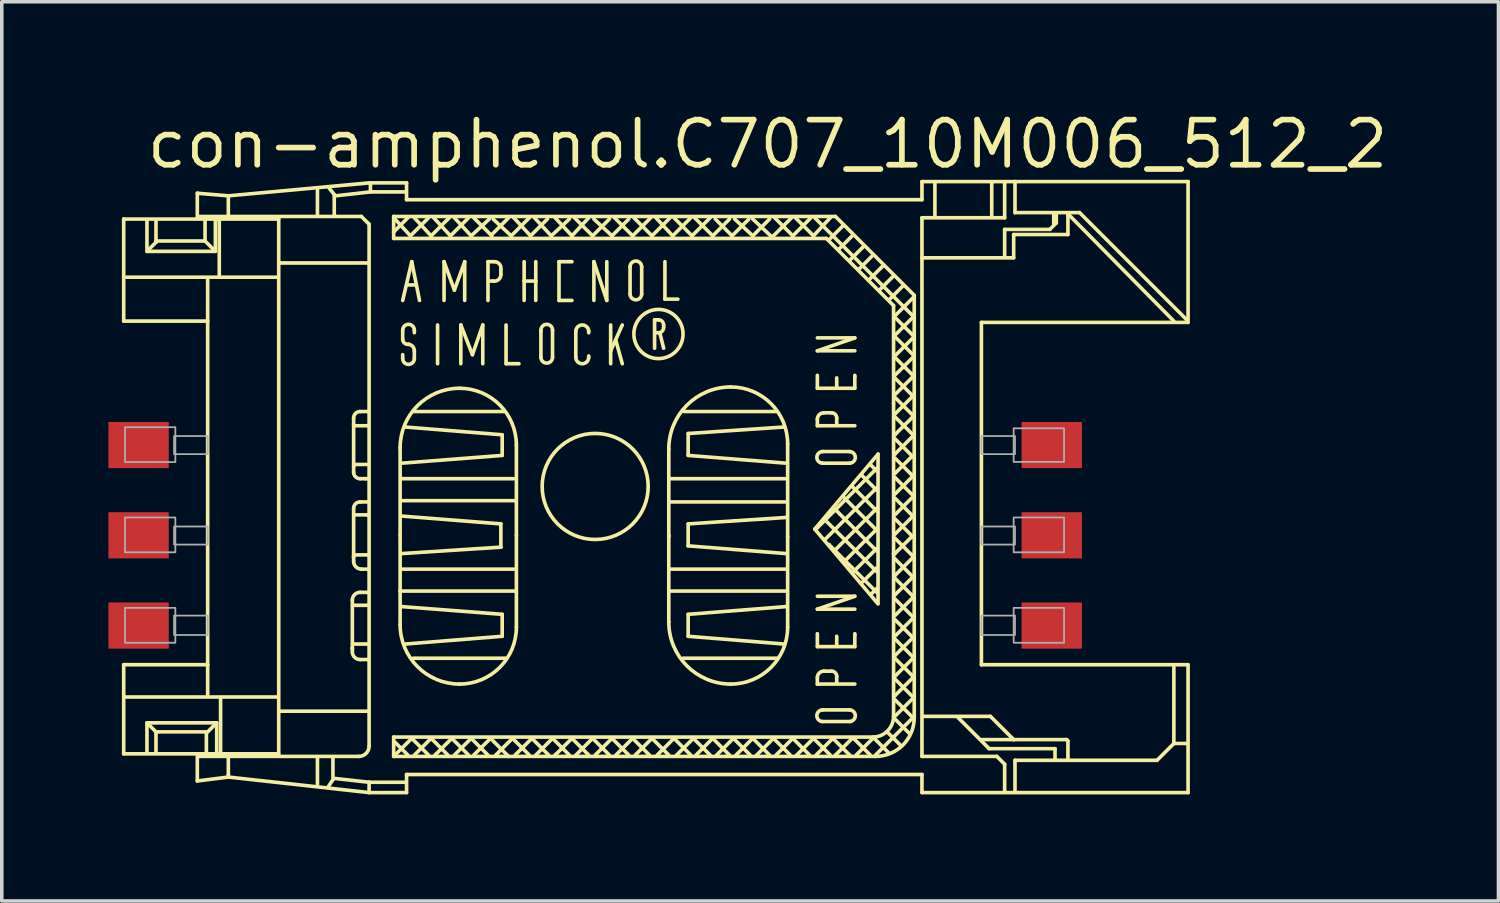
<source format=kicad_pcb>
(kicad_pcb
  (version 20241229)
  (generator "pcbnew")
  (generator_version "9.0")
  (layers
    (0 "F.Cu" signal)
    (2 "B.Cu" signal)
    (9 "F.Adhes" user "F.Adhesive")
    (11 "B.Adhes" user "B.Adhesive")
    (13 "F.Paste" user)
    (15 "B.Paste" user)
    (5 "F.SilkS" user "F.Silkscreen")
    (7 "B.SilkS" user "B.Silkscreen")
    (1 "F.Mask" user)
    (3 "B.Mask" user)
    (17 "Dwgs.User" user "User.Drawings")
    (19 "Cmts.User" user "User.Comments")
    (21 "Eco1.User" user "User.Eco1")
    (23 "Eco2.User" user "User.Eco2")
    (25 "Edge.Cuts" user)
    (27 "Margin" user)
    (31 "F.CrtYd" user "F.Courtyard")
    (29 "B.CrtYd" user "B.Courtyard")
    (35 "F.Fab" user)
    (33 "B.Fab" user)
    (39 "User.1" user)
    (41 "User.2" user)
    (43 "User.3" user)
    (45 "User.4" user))
  (footprint "con-amphenol.C707_10M006_512_2"
    (layer "F.Cu")
    (at 13.7 10.64)
    (property "Reference" "con-amphenol.C707_10M006_512_2" (at -12.7 -8.89 0) (layer "F.SilkS") (effects (font (size 1.27 1.27) (thickness 0.16)) (justify left bottom)))
    (attr smd)
    (fp_line (start -13.269 -7.525) (end -13.269 -4.653) (stroke (width 0.102) (type default)) (layer "F.SilkS"))
    (fp_line (start -13.269 -4.653) (end -10.906 -4.653) (stroke (width 0.102) (type default)) (layer "F.SilkS"))
    (fp_line (start -13.269 5.017) (end -13.269 7.525) (stroke (width 0.102) (type default)) (layer "F.SilkS"))
    (fp_line (start -13.269 7.525) (end -8.906 7.525) (stroke (width 0.102) (type default)) (layer "F.SilkS"))
    (fp_line (start -13.232 5.926) (end -8.943 5.926) (stroke (width 0.102) (type default)) (layer "F.SilkS"))
    (fp_line (start -13.196 -5.889) (end -8.943 -5.889) (stroke (width 0.102) (type default)) (layer "F.SilkS"))
    (fp_line (start -12.614 -7.489) (end -12.614 -6.616) (stroke (width 0.102) (type default)) (layer "F.SilkS"))
    (fp_line (start -12.614 -6.616) (end -10.688 -6.616) (stroke (width 0.102) (type default)) (layer "F.SilkS"))
    (fp_line (start -12.614 6.653) (end -12.614 7.489) (stroke (width 0.102) (type default)) (layer "F.SilkS"))
    (fp_line (start -12.36 -7.489) (end -12.36 -6.907) (stroke (width 0.102) (type default)) (layer "F.SilkS"))
    (fp_line (start -12.36 -6.907) (end -12.36 -6.871) (stroke (width 0.102) (type default)) (layer "F.SilkS"))
    (fp_line (start -12.36 -6.907) (end -11.015 -6.907) (stroke (width 0.102) (type default)) (layer "F.SilkS"))
    (fp_line (start -12.36 -6.871) (end -12.578 -6.653) (stroke (width 0.102) (type default)) (layer "F.SilkS"))
    (fp_line (start -12.36 6.907) (end -12.578 6.689) (stroke (width 0.102) (type default)) (layer "F.SilkS"))
    (fp_line (start -12.36 7.489) (end -12.36 6.907) (stroke (width 0.102) (type default)) (layer "F.SilkS"))
    (fp_line (start -12.324 6.907) (end -10.942 6.907) (stroke (width 0.102) (type default)) (layer "F.SilkS"))
    (fp_line (start -11.197 -8.252) (end -11.197 -7.561) (stroke (width 0.102) (type default)) (layer "F.SilkS"))
    (fp_line (start -11.197 7.598) (end -11.197 8.289) (stroke (width 0.102) (type default)) (layer "F.SilkS"))
    (fp_line (start -11.197 8.289) (end -10.324 8.179) (stroke (width 0.102) (type default)) (layer "F.SilkS"))
    (fp_line (start -11.16 -7.598) (end -6.58 -7.598) (stroke (width 0.102) (type default)) (layer "F.SilkS"))
    (fp_line (start -10.979 -7.489) (end -10.979 -6.907) (stroke (width 0.102) (type default)) (layer "F.SilkS"))
    (fp_line (start -10.979 -6.907) (end -10.724 -6.653) (stroke (width 0.102) (type default)) (layer "F.SilkS"))
    (fp_line (start -10.942 6.944) (end -10.688 6.689) (stroke (width 0.102) (type default)) (layer "F.SilkS"))
    (fp_line (start -10.942 7.489) (end -10.942 6.944) (stroke (width 0.102) (type default)) (layer "F.SilkS"))
    (fp_line (start -10.906 -4.689) (end -10.906 -5.816) (stroke (width 0.102) (type default)) (layer "F.SilkS"))
    (fp_line (start -10.906 -4.653) (end -10.906 5.017) (stroke (width 0.102) (type default)) (layer "F.SilkS"))
    (fp_line (start -10.906 5.017) (end -13.269 5.017) (stroke (width 0.102) (type default)) (layer "F.SilkS"))
    (fp_line (start -10.906 5.017) (end -10.906 5.889) (stroke (width 0.102) (type default)) (layer "F.SilkS"))
    (fp_line (start -10.688 -6.616) (end -10.688 -7.489) (stroke (width 0.102) (type default)) (layer "F.SilkS"))
    (fp_line (start -10.651 6.653) (end -12.614 6.653) (stroke (width 0.102) (type default)) (layer "F.SilkS"))
    (fp_line (start -10.651 7.489) (end -10.651 6.653) (stroke (width 0.102) (type default)) (layer "F.SilkS"))
    (fp_line (start -10.579 -5.926) (end -10.579 -7.489) (stroke (width 0.102) (type default)) (layer "F.SilkS"))
    (fp_line (start -10.542 7.489) (end -10.542 5.962) (stroke (width 0.102) (type default)) (layer "F.SilkS"))
    (fp_line (start -10.324 -8.179) (end -11.197 -8.252) (stroke (width 0.102) (type default)) (layer "F.SilkS"))
    (fp_line (start -10.324 -7.561) (end -10.324 -8.143) (stroke (width 0.102) (type default)) (layer "F.SilkS"))
    (fp_line (start -10.324 7.634) (end -10.324 8.107) (stroke (width 0.102) (type default)) (layer "F.SilkS"))
    (fp_line (start -10.324 8.107) (end -10.324 8.143) (stroke (width 0.102) (type default)) (layer "F.SilkS"))
    (fp_line (start -10.324 8.179) (end -6.362 8.616) (stroke (width 0.102) (type default)) (layer "F.SilkS"))
    (fp_line (start -8.906 -7.525) (end -13.269 -7.525) (stroke (width 0.102) (type default)) (layer "F.SilkS"))
    (fp_line (start -8.906 7.525) (end -8.906 -7.525) (stroke (width 0.102) (type default)) (layer "F.SilkS"))
    (fp_line (start -8.87 -6.289) (end -6.398 -6.289) (stroke (width 0.102) (type default)) (layer "F.SilkS"))
    (fp_line (start -8.87 6.325) (end -6.398 6.325) (stroke (width 0.102) (type default)) (layer "F.SilkS"))
    (fp_line (start -7.816 -8.361) (end -7.816 -7.634) (stroke (width 0.102) (type default)) (layer "F.SilkS"))
    (fp_line (start -7.816 7.634) (end -7.816 8.398) (stroke (width 0.102) (type default)) (layer "F.SilkS"))
    (fp_line (start -7.38 7.634) (end -7.38 8.252) (stroke (width 0.102) (type default)) (layer "F.SilkS"))
    (fp_line (start -7.38 8.252) (end -7.525 8.47) (stroke (width 0.102) (type default)) (layer "F.SilkS"))
    (fp_line (start -7.343 -8.216) (end -7.489 -8.398) (stroke (width 0.102) (type default)) (layer "F.SilkS"))
    (fp_line (start -7.343 -7.634) (end -7.343 -8.216) (stroke (width 0.102) (type default)) (layer "F.SilkS"))
    (fp_line (start -7.343 8.216) (end -6.362 8.325) (stroke (width 0.102) (type default)) (layer "F.SilkS"))
    (fp_line (start -7.307 -8.179) (end -6.325 -8.289) (stroke (width 0.102) (type default)) (layer "F.SilkS"))
    (fp_line (start -6.834 3.199) (end -6.834 4.544) (stroke (width 0.102) (type default)) (layer "F.SilkS"))
    (fp_line (start -6.834 4.544) (end -6.834 4.58) (stroke (width 0.102) (type default)) (layer "F.SilkS"))
    (fp_line (start -6.834 4.653) (end -6.834 4.544) (stroke (width 0.102) (type default)) (layer "F.SilkS"))
    (fp_line (start -6.798 -1.927) (end -6.798 -1.745) (stroke (width 0.102) (type default)) (layer "F.SilkS"))
    (fp_line (start -6.798 -1.745) (end -6.798 -0.545) (stroke (width 0.102) (type default)) (layer "F.SilkS"))
    (fp_line (start -6.798 -0.4) (end -6.798 -0.545) (stroke (width 0.102) (type default)) (layer "F.SilkS"))
    (fp_line (start -6.798 0.618) (end -6.798 1.963) (stroke (width 0.102) (type default)) (layer "F.SilkS"))
    (fp_line (start -6.798 1.963) (end -6.798 1.999) (stroke (width 0.102) (type default)) (layer "F.SilkS"))
    (fp_line (start -6.798 2.108) (end -6.798 1.963) (stroke (width 0.102) (type default)) (layer "F.SilkS"))
    (fp_line (start -6.798 3.345) (end -6.398 3.345) (stroke (width 0.102) (type default)) (layer "F.SilkS"))
    (fp_line (start -6.798 4.435) (end -6.398 4.435) (stroke (width 0.102) (type default)) (layer "F.SilkS"))
    (fp_line (start -6.762 -1.709) (end -6.398 -1.709) (stroke (width 0.102) (type default)) (layer "F.SilkS"))
    (fp_line (start -6.762 -0.618) (end -6.434 -0.618) (stroke (width 0.102) (type default)) (layer "F.SilkS"))
    (fp_line (start -6.762 0.8) (end -6.434 0.8) (stroke (width 0.102) (type default)) (layer "F.SilkS"))
    (fp_line (start -6.762 1.927) (end -6.398 1.927) (stroke (width 0.102) (type default)) (layer "F.SilkS"))
    (fp_line (start -6.653 7.598) (end -11.16 7.598) (stroke (width 0.102) (type default)) (layer "F.SilkS"))
    (fp_line (start -6.58 -7.598) (end -6.362 -7.38) (stroke (width 0.102) (type default)) (layer "F.SilkS"))
    (fp_line (start -6.471 -0.218) (end -6.616 -0.218) (stroke (width 0.102) (type default)) (layer "F.SilkS"))
    (fp_line (start -6.434 0.8) (end -6.398 0.8) (stroke (width 0.102) (type default)) (layer "F.SilkS"))
    (fp_line (start -6.398 -2.108) (end -6.616 -2.108) (stroke (width 0.102) (type default)) (layer "F.SilkS"))
    (fp_line (start -6.398 -0.218) (end -6.471 -0.218) (stroke (width 0.102) (type default)) (layer "F.SilkS"))
    (fp_line (start -6.398 0.436) (end -6.616 0.436) (stroke (width 0.102) (type default)) (layer "F.SilkS"))
    (fp_line (start -6.398 2.327) (end -6.58 2.327) (stroke (width 0.102) (type default)) (layer "F.SilkS"))
    (fp_line (start -6.398 2.981) (end -6.616 2.981) (stroke (width 0.102) (type default)) (layer "F.SilkS"))
    (fp_line (start -6.398 4.871) (end -6.616 4.871) (stroke (width 0.102) (type default)) (layer "F.SilkS"))
    (fp_line (start -6.362 -8.543) (end -10.324 -8.179) (stroke (width 0.102) (type default)) (layer "F.SilkS"))
    (fp_line (start -6.362 -7.38) (end -6.362 7.307) (stroke (width 0.102) (type default)) (layer "F.SilkS"))
    (fp_line (start -6.362 8.325) (end -6.362 8.579) (stroke (width 0.102) (type default)) (layer "F.SilkS"))
    (fp_line (start -6.362 8.325) (end -5.344 8.325) (stroke (width 0.102) (type default)) (layer "F.SilkS"))
    (fp_line (start -6.362 8.616) (end -5.308 8.616) (stroke (width 0.102) (type default)) (layer "F.SilkS"))
    (fp_line (start -6.325 -8.325) (end -6.325 -8.507) (stroke (width 0.102) (type default)) (layer "F.SilkS"))
    (fp_line (start -6.325 -8.289) (end -5.344 -8.289) (stroke (width 0.102) (type default)) (layer "F.SilkS"))
    (fp_line (start -5.671 -7.598) (end 6.762 -7.598) (stroke (width 0.102) (type default)) (layer "F.SilkS"))
    (fp_line (start -5.671 -7.162) (end -5.671 -7.598) (stroke (width 0.102) (type default)) (layer "F.SilkS"))
    (fp_line (start -5.671 -7.162) (end -5.271 -7.561) (stroke (width 0.102) (type default)) (layer "F.SilkS"))
    (fp_line (start -5.671 -6.98) (end -5.671 -7.162) (stroke (width 0.102) (type default)) (layer "F.SilkS"))
    (fp_line (start -5.671 7.053) (end 7.816 7.053) (stroke (width 0.102) (type default)) (layer "F.SilkS"))
    (fp_line (start -5.671 7.598) (end -5.671 7.053) (stroke (width 0.102) (type default)) (layer "F.SilkS"))
    (fp_line (start -5.635 -7.525) (end -5.199 -7.053) (stroke (width 0.102) (type default)) (layer "F.SilkS"))
    (fp_line (start -5.489 -1.091) (end -5.489 1.381) (stroke (width 0.102) (type default)) (layer "F.SilkS"))
    (fp_line (start -5.489 1.381) (end -5.489 2.945) (stroke (width 0.102) (type default)) (layer "F.SilkS"))
    (fp_line (start -5.489 2.945) (end -5.489 3.89) (stroke (width 0.102) (type default)) (layer "F.SilkS"))
    (fp_line (start -5.489 2.945) (end -2.254 2.945) (stroke (width 0.102) (type default)) (layer "F.SilkS"))
    (fp_line (start -5.453 -0.218) (end -2.29 -0.218) (stroke (width 0.102) (type default)) (layer "F.SilkS"))
    (fp_line (start -5.453 2.327) (end -2.29 2.327) (stroke (width 0.102) (type default)) (layer "F.SilkS"))
    (fp_line (start -5.453 3.381) (end -2.617 3.599) (stroke (width 0.102) (type default)) (layer "F.SilkS"))
    (fp_line (start -5.417 -5.235) (end -5.162 -6.325) (stroke (width 0.102) (type default)) (layer "F.SilkS"))
    (fp_line (start -5.417 -4.144) (end -5.417 -4.399) (stroke (width 0.102) (type default)) (layer "F.SilkS"))
    (fp_line (start -5.417 -3.708) (end -5.417 -3.599) (stroke (width 0.102) (type default)) (layer "F.SilkS"))
    (fp_line (start -5.417 0.4) (end -2.254 0.4) (stroke (width 0.102) (type default)) (layer "F.SilkS"))
    (fp_line (start -5.417 0.836) (end -2.654 1.054) (stroke (width 0.102) (type default)) (layer "F.SilkS"))
    (fp_line (start -5.344 -1.672) (end -2.617 -1.454) (stroke (width 0.102) (type default)) (layer "F.SilkS"))
    (fp_line (start -5.308 -8.543) (end -6.362 -8.543) (stroke (width 0.102) (type default)) (layer "F.SilkS"))
    (fp_line (start -5.308 -8.07) (end -5.308 -8.543) (stroke (width 0.102) (type default)) (layer "F.SilkS"))
    (fp_line (start -5.308 8.107) (end 9.197 8.107) (stroke (width 0.102) (type default)) (layer "F.SilkS"))
    (fp_line (start -5.308 8.616) (end -5.308 8.107) (stroke (width 0.102) (type default)) (layer "F.SilkS"))
    (fp_line (start -5.271 -5.671) (end -5.089 -5.671) (stroke (width 0.102) (type default)) (layer "F.SilkS"))
    (fp_line (start -5.271 7.561) (end -5.635 7.198) (stroke (width 0.102) (type default)) (layer "F.SilkS"))
    (fp_line (start -5.235 -3.999) (end -5.271 -3.999) (stroke (width 0.102) (type default)) (layer "F.SilkS"))
    (fp_line (start -5.199 -7.053) (end -4.689 -7.561) (stroke (width 0.102) (type default)) (layer "F.SilkS"))
    (fp_line (start -5.162 -6.325) (end -4.944 -5.235) (stroke (width 0.102) (type default)) (layer "F.SilkS"))
    (fp_line (start -5.162 7.089) (end -5.635 7.561) (stroke (width 0.102) (type default)) (layer "F.SilkS"))
    (fp_line (start -5.126 4.835) (end -2.508 4.835) (stroke (width 0.102) (type default)) (layer "F.SilkS"))
    (fp_line (start -5.089 -7.561) (end -4.617 -7.053) (stroke (width 0.102) (type default)) (layer "F.SilkS"))
    (fp_line (start -5.089 -4.399) (end -5.089 -4.326) (stroke (width 0.102) (type default)) (layer "F.SilkS"))
    (fp_line (start -5.089 -3.599) (end -5.089 -3.817) (stroke (width 0.102) (type default)) (layer "F.SilkS"))
    (fp_line (start -5.089 -2.108) (end -2.581 -2.108) (stroke (width 0.102) (type default)) (layer "F.SilkS"))
    (fp_line (start -4.689 7.561) (end -5.162 7.089) (stroke (width 0.102) (type default)) (layer "F.SilkS"))
    (fp_line (start -4.617 -7.053) (end -4.108 -7.561) (stroke (width 0.102) (type default)) (layer "F.SilkS"))
    (fp_line (start -4.617 7.089) (end -5.089 7.561) (stroke (width 0.102) (type default)) (layer "F.SilkS"))
    (fp_line (start -4.544 -7.561) (end -4.072 -7.053) (stroke (width 0.102) (type default)) (layer "F.SilkS"))
    (fp_line (start -4.435 -4.544) (end -4.435 -3.454) (stroke (width 0.102) (type default)) (layer "F.SilkS"))
    (fp_line (start -4.253 -6.325) (end -3.962 -5.526) (stroke (width 0.102) (type default)) (layer "F.SilkS"))
    (fp_line (start -4.253 -5.235) (end -4.253 -6.325) (stroke (width 0.102) (type default)) (layer "F.SilkS"))
    (fp_line (start -4.144 7.561) (end -4.617 7.089) (stroke (width 0.102) (type default)) (layer "F.SilkS"))
    (fp_line (start -4.072 -7.053) (end -3.563 -7.561) (stroke (width 0.102) (type default)) (layer "F.SilkS"))
    (fp_line (start -4.035 7.089) (end -4.508 7.561) (stroke (width 0.102) (type default)) (layer "F.SilkS"))
    (fp_line (start -3.962 -7.561) (end -3.49 -7.053) (stroke (width 0.102) (type default)) (layer "F.SilkS"))
    (fp_line (start -3.962 -5.526) (end -3.672 -6.325) (stroke (width 0.102) (type default)) (layer "F.SilkS"))
    (fp_line (start -3.781 -4.544) (end -3.454 -3.708) (stroke (width 0.102) (type default)) (layer "F.SilkS"))
    (fp_line (start -3.781 -3.454) (end -3.781 -4.544) (stroke (width 0.102) (type default)) (layer "F.SilkS"))
    (fp_line (start -3.672 -6.325) (end -3.672 -5.235) (stroke (width 0.102) (type default)) (layer "F.SilkS"))
    (fp_line (start -3.563 7.561) (end -4.035 7.089) (stroke (width 0.102) (type default)) (layer "F.SilkS"))
    (fp_line (start -3.49 -7.053) (end -2.981 -7.525) (stroke (width 0.102) (type default)) (layer "F.SilkS"))
    (fp_line (start -3.49 7.089) (end -3.962 7.561) (stroke (width 0.102) (type default)) (layer "F.SilkS"))
    (fp_line (start -3.454 -3.708) (end -3.163 -4.544) (stroke (width 0.102) (type default)) (layer "F.SilkS"))
    (fp_line (start -3.417 -7.561) (end -2.908 -7.053) (stroke (width 0.102) (type default)) (layer "F.SilkS"))
    (fp_line (start -3.163 -4.544) (end -3.163 -3.454) (stroke (width 0.102) (type default)) (layer "F.SilkS"))
    (fp_line (start -3.017 -6.325) (end -2.836 -6.325) (stroke (width 0.102) (type default)) (layer "F.SilkS"))
    (fp_line (start -3.017 -5.235) (end -3.017 -6.325) (stroke (width 0.102) (type default)) (layer "F.SilkS"))
    (fp_line (start -3.017 7.561) (end -3.49 7.089) (stroke (width 0.102) (type default)) (layer "F.SilkS"))
    (fp_line (start -2.945 7.089) (end -3.417 7.561) (stroke (width 0.102) (type default)) (layer "F.SilkS"))
    (fp_line (start -2.945 7.089) (end -2.945 7.089) (stroke (width 0.102) (type default)) (layer "F.SilkS"))
    (fp_line (start -2.872 -7.525) (end -2.363 -7.053) (stroke (width 0.102) (type default)) (layer "F.SilkS"))
    (fp_line (start -2.872 -5.78) (end -2.981 -5.78) (stroke (width 0.102) (type default)) (layer "F.SilkS"))
    (fp_line (start -2.654 -6.107) (end -2.654 -5.962) (stroke (width 0.102) (type default)) (layer "F.SilkS"))
    (fp_line (start -2.654 1.054) (end -2.654 1.709) (stroke (width 0.102) (type default)) (layer "F.SilkS"))
    (fp_line (start -2.654 1.709) (end -5.453 1.89) (stroke (width 0.102) (type default)) (layer "F.SilkS"))
    (fp_line (start -2.617 -1.454) (end -2.617 -0.873) (stroke (width 0.102) (type default)) (layer "F.SilkS"))
    (fp_line (start -2.617 -0.873) (end -5.453 -0.654) (stroke (width 0.102) (type default)) (layer "F.SilkS"))
    (fp_line (start -2.617 3.599) (end -2.617 4.217) (stroke (width 0.102) (type default)) (layer "F.SilkS"))
    (fp_line (start -2.617 4.217) (end -5.344 4.435) (stroke (width 0.102) (type default)) (layer "F.SilkS"))
    (fp_line (start -2.508 -3.454) (end -2.508 -4.544) (stroke (width 0.102) (type default)) (layer "F.SilkS"))
    (fp_line (start -2.436 -7.561) (end -2.908 -7.089) (stroke (width 0.102) (type default)) (layer "F.SilkS"))
    (fp_line (start -2.436 7.598) (end -5.671 7.598) (stroke (width 0.102) (type default)) (layer "F.SilkS"))
    (fp_line (start -2.436 7.598) (end -2.945 7.089) (stroke (width 0.102) (type default)) (layer "F.SilkS"))
    (fp_line (start -2.363 -7.053) (end -1.854 -7.561) (stroke (width 0.102) (type default)) (layer "F.SilkS"))
    (fp_line (start -2.327 7.089) (end -2.799 7.561) (stroke (width 0.102) (type default)) (layer "F.SilkS"))
    (fp_line (start -2.29 -7.561) (end -1.818 -7.053) (stroke (width 0.102) (type default)) (layer "F.SilkS"))
    (fp_line (start -2.217 1.381) (end -2.217 -1.163) (stroke (width 0.102) (type default)) (layer "F.SilkS"))
    (fp_line (start -2.217 3.962) (end -2.217 1.381) (stroke (width 0.102) (type default)) (layer "F.SilkS"))
    (fp_line (start -2.145 -3.454) (end -2.508 -3.454) (stroke (width 0.102) (type default)) (layer "F.SilkS"))
    (fp_line (start -1.999 -5.78) (end -1.999 -6.325) (stroke (width 0.102) (type default)) (layer "F.SilkS"))
    (fp_line (start -1.999 -5.78) (end -1.672 -5.78) (stroke (width 0.102) (type default)) (layer "F.SilkS"))
    (fp_line (start -1.999 -5.235) (end -1.999 -5.78) (stroke (width 0.102) (type default)) (layer "F.SilkS"))
    (fp_line (start -1.854 7.561) (end -2.327 7.089) (stroke (width 0.102) (type default)) (layer "F.SilkS"))
    (fp_line (start -1.818 -7.053) (end -1.345 -7.525) (stroke (width 0.102) (type default)) (layer "F.SilkS"))
    (fp_line (start -1.781 7.089) (end -2.254 7.561) (stroke (width 0.102) (type default)) (layer "F.SilkS"))
    (fp_line (start -1.709 -7.561) (end -1.236 -7.053) (stroke (width 0.102) (type default)) (layer "F.SilkS"))
    (fp_line (start -1.672 -5.78) (end -1.672 -6.325) (stroke (width 0.102) (type default)) (layer "F.SilkS"))
    (fp_line (start -1.672 -5.235) (end -1.672 -5.78) (stroke (width 0.102) (type default)) (layer "F.SilkS"))
    (fp_line (start -1.527 -4.362) (end -1.527 -4.399) (stroke (width 0.102) (type default)) (layer "F.SilkS"))
    (fp_line (start -1.527 -3.635) (end -1.527 -4.362) (stroke (width 0.102) (type default)) (layer "F.SilkS"))
    (fp_line (start -1.309 7.561) (end -1.781 7.089) (stroke (width 0.102) (type default)) (layer "F.SilkS"))
    (fp_line (start -1.236 -7.053) (end -0.727 -7.525) (stroke (width 0.102) (type default)) (layer "F.SilkS"))
    (fp_line (start -1.2 -4.399) (end -1.2 -3.635) (stroke (width 0.102) (type default)) (layer "F.SilkS"))
    (fp_line (start -1.2 7.089) (end -1.672 7.561) (stroke (width 0.102) (type default)) (layer "F.SilkS"))
    (fp_line (start -1.2 7.089) (end -1.2 7.089) (stroke (width 0.102) (type default)) (layer "F.SilkS"))
    (fp_line (start -1.127 -7.561) (end -0.654 -7.053) (stroke (width 0.102) (type default)) (layer "F.SilkS"))
    (fp_line (start -1.127 7.561) (end -1.127 7.561) (stroke (width 0.102) (type default)) (layer "F.SilkS"))
    (fp_line (start -1.018 -6.325) (end -0.654 -6.325) (stroke (width 0.102) (type default)) (layer "F.SilkS"))
    (fp_line (start -1.018 -5.235) (end -1.018 -6.325) (stroke (width 0.102) (type default)) (layer "F.SilkS"))
    (fp_line (start -0.727 7.561) (end -1.2 7.089) (stroke (width 0.102) (type default)) (layer "F.SilkS"))
    (fp_line (start -0.654 -7.053) (end -0.182 -7.561) (stroke (width 0.102) (type default)) (layer "F.SilkS"))
    (fp_line (start -0.654 -5.235) (end -1.018 -5.235) (stroke (width 0.102) (type default)) (layer "F.SilkS"))
    (fp_line (start -0.654 7.089) (end -1.127 7.561) (stroke (width 0.102) (type default)) (layer "F.SilkS"))
    (fp_line (start -0.582 -7.561) (end -0.073 -7.053) (stroke (width 0.102) (type default)) (layer "F.SilkS"))
    (fp_line (start -0.545 -4.362) (end -0.545 -3.635) (stroke (width 0.102) (type default)) (layer "F.SilkS"))
    (fp_line (start -0.182 -4.326) (end -0.182 -4.362) (stroke (width 0.102) (type default)) (layer "F.SilkS"))
    (fp_line (start -0.182 -3.635) (end -0.182 -3.672) (stroke (width 0.102) (type default)) (layer "F.SilkS"))
    (fp_line (start -0.182 7.561) (end -0.654 7.089) (stroke (width 0.102) (type default)) (layer "F.SilkS"))
    (fp_line (start -0.073 -7.053) (end 0.4 -7.525) (stroke (width 0.102) (type default)) (layer "F.SilkS"))
    (fp_line (start -0.073 7.089) (end -0.545 7.561) (stroke (width 0.102) (type default)) (layer "F.SilkS"))
    (fp_line (start -0.036 -7.525) (end 0.473 -7.053) (stroke (width 0.102) (type default)) (layer "F.SilkS"))
    (fp_line (start -0.036 -6.325) (end 0.327 -5.235) (stroke (width 0.102) (type default)) (layer "F.SilkS"))
    (fp_line (start -0.036 -5.235) (end -0.036 -6.325) (stroke (width 0.102) (type default)) (layer "F.SilkS"))
    (fp_line (start 0.327 -5.235) (end 0.327 -6.325) (stroke (width 0.102) (type default)) (layer "F.SilkS"))
    (fp_line (start 0.4 7.561) (end -0.073 7.089) (stroke (width 0.102) (type default)) (layer "F.SilkS"))
    (fp_line (start 0.436 -4.544) (end 0.436 -3.817) (stroke (width 0.102) (type default)) (layer "F.SilkS"))
    (fp_line (start 0.436 -3.817) (end 0.436 -3.454) (stroke (width 0.102) (type default)) (layer "F.SilkS"))
    (fp_line (start 0.473 -7.053) (end 0.945 -7.525) (stroke (width 0.102) (type default)) (layer "F.SilkS"))
    (fp_line (start 0.473 7.089) (end 0 7.561) (stroke (width 0.102) (type default)) (layer "F.SilkS"))
    (fp_line (start 0.545 -7.561) (end 1.054 -7.053) (stroke (width 0.102) (type default)) (layer "F.SilkS"))
    (fp_line (start 0.763 -4.544) (end 0.436 -3.817) (stroke (width 0.102) (type default)) (layer "F.SilkS"))
    (fp_line (start 0.763 -3.454) (end 0.582 -4.108) (stroke (width 0.102) (type default)) (layer "F.SilkS"))
    (fp_line (start 0.945 7.561) (end 0.473 7.089) (stroke (width 0.102) (type default)) (layer "F.SilkS"))
    (fp_line (start 0.982 -5.417) (end 0.982 -6.18) (stroke (width 0.102) (type default)) (layer "F.SilkS"))
    (fp_line (start 1.054 -7.053) (end 1.563 -7.561) (stroke (width 0.102) (type default)) (layer "F.SilkS"))
    (fp_line (start 1.054 7.089) (end 0.582 7.561) (stroke (width 0.102) (type default)) (layer "F.SilkS"))
    (fp_line (start 1.091 -7.561) (end 1.599 -7.053) (stroke (width 0.102) (type default)) (layer "F.SilkS"))
    (fp_line (start 1.309 -6.18) (end 1.309 -5.417) (stroke (width 0.102) (type default)) (layer "F.SilkS"))
    (fp_line (start 1.527 7.561) (end 1.054 7.089) (stroke (width 0.102) (type default)) (layer "F.SilkS"))
    (fp_line (start 1.599 -7.053) (end 2.108 -7.561) (stroke (width 0.102) (type default)) (layer "F.SilkS"))
    (fp_line (start 1.599 7.089) (end 1.127 7.561) (stroke (width 0.102) (type default)) (layer "F.SilkS"))
    (fp_line (start 1.672 -4.689) (end 1.781 -4.689) (stroke (width 0.102) (type default)) (layer "F.SilkS"))
    (fp_line (start 1.672 -3.89) (end 1.672 -4.689) (stroke (width 0.102) (type default)) (layer "F.SilkS"))
    (fp_line (start 1.709 -7.561) (end 2.181 -7.053) (stroke (width 0.102) (type default)) (layer "F.SilkS"))
    (fp_line (start 1.818 -4.326) (end 1.709 -4.326) (stroke (width 0.102) (type default)) (layer "F.SilkS"))
    (fp_line (start 1.927 -4.544) (end 1.927 -4.471) (stroke (width 0.102) (type default)) (layer "F.SilkS"))
    (fp_line (start 1.927 -3.89) (end 1.818 -4.326) (stroke (width 0.102) (type default)) (layer "F.SilkS"))
    (fp_line (start 1.963 -6.325) (end 1.963 -5.271) (stroke (width 0.102) (type default)) (layer "F.SilkS"))
    (fp_line (start 1.963 -5.271) (end 2.327 -5.271) (stroke (width 0.102) (type default)) (layer "F.SilkS"))
    (fp_line (start 2.072 1.381) (end 2.072 -1.054) (stroke (width 0.102) (type default)) (layer "F.SilkS"))
    (fp_line (start 2.072 1.418) (end 2.072 1.381) (stroke (width 0.102) (type default)) (layer "F.SilkS"))
    (fp_line (start 2.072 3.817) (end 2.072 1.381) (stroke (width 0.102) (type default)) (layer "F.SilkS"))
    (fp_line (start 2.072 7.561) (end 1.599 7.089) (stroke (width 0.102) (type default)) (layer "F.SilkS"))
    (fp_line (start 2.108 -0.218) (end 5.344 -0.218) (stroke (width 0.102) (type default)) (layer "F.SilkS"))
    (fp_line (start 2.108 0.436) (end 5.344 0.436) (stroke (width 0.102) (type default)) (layer "F.SilkS"))
    (fp_line (start 2.108 2.327) (end 5.38 2.327) (stroke (width 0.102) (type default)) (layer "F.SilkS"))
    (fp_line (start 2.108 2.945) (end 5.38 2.945) (stroke (width 0.102) (type default)) (layer "F.SilkS"))
    (fp_line (start 2.181 -7.053) (end 2.69 -7.561) (stroke (width 0.102) (type default)) (layer "F.SilkS"))
    (fp_line (start 2.217 -7.561) (end 2.727 -7.053) (stroke (width 0.102) (type default)) (layer "F.SilkS"))
    (fp_line (start 2.217 7.089) (end 1.745 7.561) (stroke (width 0.102) (type default)) (layer "F.SilkS"))
    (fp_line (start 2.472 4.835) (end 5.126 4.835) (stroke (width 0.102) (type default)) (layer "F.SilkS"))
    (fp_line (start 2.508 -2.108) (end 5.089 -2.108) (stroke (width 0.102) (type default)) (layer "F.SilkS"))
    (fp_line (start 2.617 -1.49) (end 2.617 -0.873) (stroke (width 0.102) (type default)) (layer "F.SilkS"))
    (fp_line (start 2.617 -0.873) (end 5.38 -0.654) (stroke (width 0.102) (type default)) (layer "F.SilkS"))
    (fp_line (start 2.617 1.054) (end 2.617 1.672) (stroke (width 0.102) (type default)) (layer "F.SilkS"))
    (fp_line (start 2.617 1.672) (end 5.38 1.89) (stroke (width 0.102) (type default)) (layer "F.SilkS"))
    (fp_line (start 2.617 3.599) (end 2.617 4.217) (stroke (width 0.102) (type default)) (layer "F.SilkS"))
    (fp_line (start 2.617 4.217) (end 5.308 4.435) (stroke (width 0.102) (type default)) (layer "F.SilkS"))
    (fp_line (start 2.69 7.561) (end 2.217 7.089) (stroke (width 0.102) (type default)) (layer "F.SilkS"))
    (fp_line (start 2.727 -7.053) (end 3.235 -7.561) (stroke (width 0.102) (type default)) (layer "F.SilkS"))
    (fp_line (start 2.763 7.089) (end 2.29 7.561) (stroke (width 0.102) (type default)) (layer "F.SilkS"))
    (fp_line (start 2.799 -7.561) (end 3.308 -7.053) (stroke (width 0.102) (type default)) (layer "F.SilkS"))
    (fp_line (start 3.235 7.561) (end 2.763 7.089) (stroke (width 0.102) (type default)) (layer "F.SilkS"))
    (fp_line (start 3.308 -7.053) (end 3.781 -7.525) (stroke (width 0.102) (type default)) (layer "F.SilkS"))
    (fp_line (start 3.308 7.089) (end 2.836 7.561) (stroke (width 0.102) (type default)) (layer "F.SilkS"))
    (fp_line (start 3.381 -7.525) (end 3.853 -7.053) (stroke (width 0.102) (type default)) (layer "F.SilkS"))
    (fp_line (start 3.781 7.561) (end 3.308 7.089) (stroke (width 0.102) (type default)) (layer "F.SilkS"))
    (fp_line (start 3.853 -7.053) (end 4.326 -7.525) (stroke (width 0.102) (type default)) (layer "F.SilkS"))
    (fp_line (start 3.89 7.089) (end 3.417 7.561) (stroke (width 0.102) (type default)) (layer "F.SilkS"))
    (fp_line (start 3.926 -7.525) (end 4.435 -7.053) (stroke (width 0.102) (type default)) (layer "F.SilkS"))
    (fp_line (start 4.362 7.561) (end 3.89 7.089) (stroke (width 0.102) (type default)) (layer "F.SilkS"))
    (fp_line (start 4.435 -7.525) (end 4.98 -7.016) (stroke (width 0.102) (type default)) (layer "F.SilkS"))
    (fp_line (start 4.435 -7.053) (end 4.908 -7.525) (stroke (width 0.102) (type default)) (layer "F.SilkS"))
    (fp_line (start 4.435 7.089) (end 3.962 7.561) (stroke (width 0.102) (type default)) (layer "F.SilkS"))
    (fp_line (start 4.908 7.561) (end 4.435 7.089) (stroke (width 0.102) (type default)) (layer "F.SilkS"))
    (fp_line (start 4.98 -7.016) (end 5.526 -7.561) (stroke (width 0.102) (type default)) (layer "F.SilkS"))
    (fp_line (start 5.017 7.089) (end 4.544 7.561) (stroke (width 0.102) (type default)) (layer "F.SilkS"))
    (fp_line (start 5.053 -7.561) (end 5.562 -7.053) (stroke (width 0.102) (type default)) (layer "F.SilkS"))
    (fp_line (start 5.308 -1.672) (end 2.617 -1.49) (stroke (width 0.102) (type default)) (layer "F.SilkS"))
    (fp_line (start 5.38 0.873) (end 2.617 1.054) (stroke (width 0.102) (type default)) (layer "F.SilkS"))
    (fp_line (start 5.38 3.381) (end 2.617 3.599) (stroke (width 0.102) (type default)) (layer "F.SilkS"))
    (fp_line (start 5.417 -1.2) (end 5.417 1.418) (stroke (width 0.102) (type default)) (layer "F.SilkS"))
    (fp_line (start 5.417 1.418) (end 5.417 3.962) (stroke (width 0.102) (type default)) (layer "F.SilkS"))
    (fp_line (start 5.489 7.561) (end 5.017 7.089) (stroke (width 0.102) (type default)) (layer "F.SilkS"))
    (fp_line (start 5.562 -7.053) (end 6.071 -7.561) (stroke (width 0.102) (type default)) (layer "F.SilkS"))
    (fp_line (start 5.562 7.089) (end 5.089 7.561) (stroke (width 0.102) (type default)) (layer "F.SilkS"))
    (fp_line (start 5.635 -7.561) (end 6.144 -7.053) (stroke (width 0.102) (type default)) (layer "F.SilkS"))
    (fp_line (start 6.035 7.561) (end 5.562 7.089) (stroke (width 0.102) (type default)) (layer "F.SilkS"))
    (fp_line (start 6.144 -7.053) (end 6.616 -7.561) (stroke (width 0.102) (type default)) (layer "F.SilkS"))
    (fp_line (start 6.144 7.089) (end 5.671 7.561) (stroke (width 0.102) (type default)) (layer "F.SilkS"))
    (fp_line (start 6.144 7.089) (end 6.144 7.089) (stroke (width 0.102) (type default)) (layer "F.SilkS"))
    (fp_line (start 6.18 -7.561) (end 8.943 -4.799) (stroke (width 0.102) (type default)) (layer "F.SilkS"))
    (fp_line (start 6.18 1.2) (end 7.961 3.308) (stroke (width 0.102) (type default)) (layer "F.SilkS"))
    (fp_line (start 6.253 -3.817) (end 7.307 -4.181) (stroke (width 0.102) (type default)) (layer "F.SilkS"))
    (fp_line (start 6.253 -3.126) (end 6.253 -2.763) (stroke (width 0.102) (type default)) (layer "F.SilkS"))
    (fp_line (start 6.253 -2.763) (end 7.307 -2.763) (stroke (width 0.102) (type default)) (layer "F.SilkS"))
    (fp_line (start 6.253 -1.709) (end 6.253 -1.89) (stroke (width 0.102) (type default)) (layer "F.SilkS"))
    (fp_line (start 6.253 3.454) (end 7.307 3.09) (stroke (width 0.102) (type default)) (layer "F.SilkS"))
    (fp_line (start 6.253 4.144) (end 6.253 4.508) (stroke (width 0.102) (type default)) (layer "F.SilkS"))
    (fp_line (start 6.253 4.508) (end 7.307 4.508) (stroke (width 0.102) (type default)) (layer "F.SilkS"))
    (fp_line (start 6.253 5.562) (end 6.253 5.38) (stroke (width 0.102) (type default)) (layer "F.SilkS"))
    (fp_line (start 6.253 1.163) (end 6.253 1.163) (stroke (width 0.102) (type default)) (layer "F.SilkS"))
    (fp_line (start 6.398 -0.654) (end 7.162 -0.654) (stroke (width 0.102) (type default)) (layer "F.SilkS"))
    (fp_line (start 6.398 6.616) (end 7.162 6.616) (stroke (width 0.102) (type default)) (layer "F.SilkS"))
    (fp_line (start 6.434 -2.072) (end 6.653 -2.072) (stroke (width 0.102) (type default)) (layer "F.SilkS"))
    (fp_line (start 6.434 5.199) (end 6.653 5.199) (stroke (width 0.102) (type default)) (layer "F.SilkS"))
    (fp_line (start 6.471 0.945) (end 6.471 0.945) (stroke (width 0.102) (type default)) (layer "F.SilkS"))
    (fp_line (start 6.471 1.49) (end 6.471 1.49) (stroke (width 0.102) (type default)) (layer "F.SilkS"))
    (fp_line (start 6.507 -6.98) (end -5.671 -6.98) (stroke (width 0.102) (type default)) (layer "F.SilkS"))
    (fp_line (start 6.58 -6.943) (end 6.98 -7.343) (stroke (width 0.102) (type default)) (layer "F.SilkS"))
    (fp_line (start 6.58 1.636) (end 6.58 1.636) (stroke (width 0.102) (type default)) (layer "F.SilkS"))
    (fp_line (start 6.616 7.561) (end 6.144 7.089) (stroke (width 0.102) (type default)) (layer "F.SilkS"))
    (fp_line (start 6.689 7.089) (end 6.216 7.561) (stroke (width 0.102) (type default)) (layer "F.SilkS"))
    (fp_line (start 6.689 7.089) (end 7.162 7.561) (stroke (width 0.102) (type default)) (layer "F.SilkS"))
    (fp_line (start 6.762 -7.598) (end 8.979 -5.38) (stroke (width 0.102) (type default)) (layer "F.SilkS"))
    (fp_line (start 6.762 0.654) (end 6.253 1.163) (stroke (width 0.102) (type default)) (layer "F.SilkS"))
    (fp_line (start 6.762 7.561) (end 6.762 7.561) (stroke (width 0.102) (type default)) (layer "F.SilkS"))
    (fp_line (start 6.798 -3.054) (end 6.798 -2.799) (stroke (width 0.102) (type default)) (layer "F.SilkS"))
    (fp_line (start 6.798 -1.927) (end 6.798 -1.745) (stroke (width 0.102) (type default)) (layer "F.SilkS"))
    (fp_line (start 6.798 4.217) (end 6.798 4.471) (stroke (width 0.102) (type default)) (layer "F.SilkS"))
    (fp_line (start 6.798 5.344) (end 6.798 5.526) (stroke (width 0.102) (type default)) (layer "F.SilkS"))
    (fp_line (start 6.871 -6.689) (end 7.234 -7.053) (stroke (width 0.102) (type default)) (layer "F.SilkS"))
    (fp_line (start 7.162 -6.362) (end 7.525 -6.725) (stroke (width 0.102) (type default)) (layer "F.SilkS"))
    (fp_line (start 7.162 -0.982) (end 6.398 -0.982) (stroke (width 0.102) (type default)) (layer "F.SilkS"))
    (fp_line (start 7.162 6.289) (end 6.398 6.289) (stroke (width 0.102) (type default)) (layer "F.SilkS"))
    (fp_line (start 7.162 7.561) (end 7.162 7.561) (stroke (width 0.102) (type default)) (layer "F.SilkS"))
    (fp_line (start 7.234 7.089) (end 6.762 7.561) (stroke (width 0.102) (type default)) (layer "F.SilkS"))
    (fp_line (start 7.234 0) (end 7.234 0) (stroke (width 0.102) (type default)) (layer "F.SilkS"))
    (fp_line (start 7.271 7.089) (end 7.743 7.561) (stroke (width 0.102) (type default)) (layer "F.SilkS"))
    (fp_line (start 7.307 -4.181) (end 6.253 -4.181) (stroke (width 0.102) (type default)) (layer "F.SilkS"))
    (fp_line (start 7.307 -3.817) (end 6.253 -3.817) (stroke (width 0.102) (type default)) (layer "F.SilkS"))
    (fp_line (start 7.307 -3.09) (end 7.307 -3.126) (stroke (width 0.102) (type default)) (layer "F.SilkS"))
    (fp_line (start 7.307 -2.763) (end 7.307 -3.09) (stroke (width 0.102) (type default)) (layer "F.SilkS"))
    (fp_line (start 7.307 -1.709) (end 6.253 -1.709) (stroke (width 0.102) (type default)) (layer "F.SilkS"))
    (fp_line (start 7.307 3.09) (end 6.253 3.09) (stroke (width 0.102) (type default)) (layer "F.SilkS"))
    (fp_line (start 7.307 3.454) (end 6.253 3.454) (stroke (width 0.102) (type default)) (layer "F.SilkS"))
    (fp_line (start 7.307 4.181) (end 7.307 4.144) (stroke (width 0.102) (type default)) (layer "F.SilkS"))
    (fp_line (start 7.307 4.508) (end 7.307 4.181) (stroke (width 0.102) (type default)) (layer "F.SilkS"))
    (fp_line (start 7.307 5.562) (end 6.253 5.562) (stroke (width 0.102) (type default)) (layer "F.SilkS"))
    (fp_line (start 7.416 -6.107) (end 7.779 -6.471) (stroke (width 0.102) (type default)) (layer "F.SilkS"))
    (fp_line (start 7.525 -6.725) (end 7.525 -6.725) (stroke (width 0.102) (type default)) (layer "F.SilkS"))
    (fp_line (start 7.707 -5.816) (end 8.07 -6.18) (stroke (width 0.102) (type default)) (layer "F.SilkS"))
    (fp_line (start 7.78 3.017) (end 7.779 3.017) (stroke (width 0.102) (type default)) (layer "F.SilkS"))
    (fp_line (start 7.816 7.089) (end 7.343 7.561) (stroke (width 0.102) (type default)) (layer "F.SilkS"))
    (fp_line (start 7.852 7.089) (end 8.252 7.489) (stroke (width 0.102) (type default)) (layer "F.SilkS"))
    (fp_line (start 7.889 7.598) (end -2.436 7.598) (stroke (width 0.102) (type default)) (layer "F.SilkS"))
    (fp_line (start 7.925 -0.509) (end 6.762 0.654) (stroke (width 0.102) (type default)) (layer "F.SilkS"))
    (fp_line (start 7.925 -0.436) (end 7.743 -0.618) (stroke (width 0.102) (type default)) (layer "F.SilkS"))
    (fp_line (start 7.925 0.036) (end 6.471 1.49) (stroke (width 0.102) (type default)) (layer "F.SilkS"))
    (fp_line (start 7.925 0.109) (end 7.489 -0.327) (stroke (width 0.102) (type default)) (layer "F.SilkS"))
    (fp_line (start 7.925 0.618) (end 6.725 1.818) (stroke (width 0.102) (type default)) (layer "F.SilkS"))
    (fp_line (start 7.925 0.691) (end 7.234 0) (stroke (width 0.102) (type default)) (layer "F.SilkS"))
    (fp_line (start 7.925 1.2) (end 7.016 2.108) (stroke (width 0.102) (type default)) (layer "F.SilkS"))
    (fp_line (start 7.925 1.236) (end 6.98 0.291) (stroke (width 0.102) (type default)) (layer "F.SilkS"))
    (fp_line (start 7.925 1.745) (end 7.271 2.399) (stroke (width 0.102) (type default)) (layer "F.SilkS"))
    (fp_line (start 7.925 1.818) (end 6.762 0.654) (stroke (width 0.102) (type default)) (layer "F.SilkS"))
    (fp_line (start 7.925 2.29) (end 7.525 2.69) (stroke (width 0.102) (type default)) (layer "F.SilkS"))
    (fp_line (start 7.925 2.399) (end 6.471 0.945) (stroke (width 0.102) (type default)) (layer "F.SilkS"))
    (fp_line (start 7.925 2.872) (end 7.78 3.017) (stroke (width 0.102) (type default)) (layer "F.SilkS"))
    (fp_line (start 7.925 2.981) (end 6.58 1.636) (stroke (width 0.102) (type default)) (layer "F.SilkS"))
    (fp_line (start 7.961 -0.909) (end 6.18 1.2) (stroke (width 0.102) (type default)) (layer "F.SilkS"))
    (fp_line (start 7.961 3.272) (end 7.961 -0.909) (stroke (width 0.102) (type default)) (layer "F.SilkS"))
    (fp_line (start 7.998 -5.526) (end 8.398 -5.926) (stroke (width 0.102) (type default)) (layer "F.SilkS"))
    (fp_line (start 8.07 -6.18) (end 8.07 -6.18) (stroke (width 0.102) (type default)) (layer "F.SilkS"))
    (fp_line (start 8.216 6.907) (end 8.616 7.307) (stroke (width 0.102) (type default)) (layer "F.SilkS"))
    (fp_line (start 8.289 -5.271) (end 8.652 -5.635) (stroke (width 0.102) (type default)) (layer "F.SilkS"))
    (fp_line (start 8.398 -5.09) (end 6.507 -6.98) (stroke (width 0.102) (type default)) (layer "F.SilkS"))
    (fp_line (start 8.398 -2.327) (end 8.398 -5.09) (stroke (width 0.102) (type default)) (layer "F.SilkS"))
    (fp_line (start 8.398 1.89) (end 8.398 -2.327) (stroke (width 0.102) (type default)) (layer "F.SilkS"))
    (fp_line (start 8.398 6.471) (end 8.398 1.89) (stroke (width 0.102) (type default)) (layer "F.SilkS"))
    (fp_line (start 8.434 -4.799) (end 8.943 -5.308) (stroke (width 0.102) (type default)) (layer "F.SilkS"))
    (fp_line (start 8.434 -4.762) (end 8.943 -4.253) (stroke (width 0.102) (type default)) (layer "F.SilkS"))
    (fp_line (start 8.434 -4.253) (end 8.943 -4.762) (stroke (width 0.102) (type default)) (layer "F.SilkS"))
    (fp_line (start 8.434 -4.217) (end 8.943 -3.708) (stroke (width 0.102) (type default)) (layer "F.SilkS"))
    (fp_line (start 8.434 -3.672) (end 8.943 -4.181) (stroke (width 0.102) (type default)) (layer "F.SilkS"))
    (fp_line (start 8.434 -3.635) (end 8.943 -3.126) (stroke (width 0.102) (type default)) (layer "F.SilkS"))
    (fp_line (start 8.434 -3.054) (end 8.943 -2.545) (stroke (width 0.102) (type default)) (layer "F.SilkS"))
    (fp_line (start 8.434 -2.508) (end 8.943 -2) (stroke (width 0.102) (type default)) (layer "F.SilkS"))
    (fp_line (start 8.434 -1.963) (end 8.943 -1.454) (stroke (width 0.102) (type default)) (layer "F.SilkS"))
    (fp_line (start 8.434 -1.454) (end 8.434 -1.454) (stroke (width 0.102) (type default)) (layer "F.SilkS"))
    (fp_line (start 8.434 -1.345) (end 8.943 -0.836) (stroke (width 0.102) (type default)) (layer "F.SilkS"))
    (fp_line (start 8.434 -0.909) (end 8.434 -0.909) (stroke (width 0.102) (type default)) (layer "F.SilkS"))
    (fp_line (start 8.434 -0.8) (end 8.943 -0.291) (stroke (width 0.102) (type default)) (layer "F.SilkS"))
    (fp_line (start 8.434 -0.255) (end 8.943 0.254) (stroke (width 0.102) (type default)) (layer "F.SilkS"))
    (fp_line (start 8.434 0.327) (end 8.943 0.836) (stroke (width 0.102) (type default)) (layer "F.SilkS"))
    (fp_line (start 8.434 0.909) (end 8.943 1.418) (stroke (width 0.102) (type default)) (layer "F.SilkS"))
    (fp_line (start 8.434 1.454) (end 8.943 1.963) (stroke (width 0.102) (type default)) (layer "F.SilkS"))
    (fp_line (start 8.434 1.89) (end 8.398 1.89) (stroke (width 0.102) (type default)) (layer "F.SilkS"))
    (fp_line (start 8.434 2.036) (end 8.943 2.545) (stroke (width 0.102) (type default)) (layer "F.SilkS"))
    (fp_line (start 8.434 2.508) (end 8.434 2.508) (stroke (width 0.102) (type default)) (layer "F.SilkS"))
    (fp_line (start 8.434 2.581) (end 8.943 3.09) (stroke (width 0.102) (type default)) (layer "F.SilkS"))
    (fp_line (start 8.434 3.054) (end 8.434 3.054) (stroke (width 0.102) (type default)) (layer "F.SilkS"))
    (fp_line (start 8.434 3.163) (end 8.943 3.672) (stroke (width 0.102) (type default)) (layer "F.SilkS"))
    (fp_line (start 8.434 3.744) (end 8.943 4.253) (stroke (width 0.102) (type default)) (layer "F.SilkS"))
    (fp_line (start 8.434 4.29) (end 8.943 4.799) (stroke (width 0.102) (type default)) (layer "F.SilkS"))
    (fp_line (start 8.434 4.835) (end 8.943 5.344) (stroke (width 0.102) (type default)) (layer "F.SilkS"))
    (fp_line (start 8.434 5.344) (end 8.434 5.344) (stroke (width 0.102) (type default)) (layer "F.SilkS"))
    (fp_line (start 8.434 5.417) (end 8.943 5.926) (stroke (width 0.102) (type default)) (layer "F.SilkS"))
    (fp_line (start 8.434 5.889) (end 8.434 5.889) (stroke (width 0.102) (type default)) (layer "F.SilkS"))
    (fp_line (start 8.434 5.998) (end 8.943 6.507) (stroke (width 0.102) (type default)) (layer "F.SilkS"))
    (fp_line (start 8.434 6.543) (end 8.834 6.943) (stroke (width 0.102) (type default)) (layer "F.SilkS"))
    (fp_line (start 8.434 4.762) (end 8.434 4.762) (stroke (width 0.102) (type default)) (layer "F.SilkS"))
    (fp_line (start 8.906 -2.508) (end 8.434 -2.036) (stroke (width 0.102) (type default)) (layer "F.SilkS"))
    (fp_line (start 8.906 -0.836) (end 8.434 -0.363) (stroke (width 0.102) (type default)) (layer "F.SilkS"))
    (fp_line (start 8.906 -0.255) (end 8.434 0.218) (stroke (width 0.102) (type default)) (layer "F.SilkS"))
    (fp_line (start 8.906 0.327) (end 8.434 0.8) (stroke (width 0.102) (type default)) (layer "F.SilkS"))
    (fp_line (start 8.906 0.873) (end 8.434 1.345) (stroke (width 0.102) (type default)) (layer "F.SilkS"))
    (fp_line (start 8.906 1.418) (end 8.434 1.89) (stroke (width 0.102) (type default)) (layer "F.SilkS"))
    (fp_line (start 8.906 4.29) (end 8.434 4.762) (stroke (width 0.102) (type default)) (layer "F.SilkS"))
    (fp_line (start 8.906 5.998) (end 8.434 6.471) (stroke (width 0.102) (type default)) (layer "F.SilkS"))
    (fp_line (start 8.943 -3.635) (end 8.434 -3.126) (stroke (width 0.102) (type default)) (layer "F.SilkS"))
    (fp_line (start 8.943 -3.09) (end 8.434 -2.581) (stroke (width 0.102) (type default)) (layer "F.SilkS"))
    (fp_line (start 8.943 -2.545) (end 8.943 -2.545) (stroke (width 0.102) (type default)) (layer "F.SilkS"))
    (fp_line (start 8.943 -2) (end 8.943 -1.999) (stroke (width 0.102) (type default)) (layer "F.SilkS"))
    (fp_line (start 8.943 -1.963) (end 8.434 -1.454) (stroke (width 0.102) (type default)) (layer "F.SilkS"))
    (fp_line (start 8.943 -1.454) (end 8.943 -1.454) (stroke (width 0.102) (type default)) (layer "F.SilkS"))
    (fp_line (start 8.943 -1.418) (end 8.434 -0.909) (stroke (width 0.102) (type default)) (layer "F.SilkS"))
    (fp_line (start 8.943 -0.836) (end 8.943 -0.836) (stroke (width 0.102) (type default)) (layer "F.SilkS"))
    (fp_line (start 8.943 -0.291) (end 8.943 -0.291) (stroke (width 0.102) (type default)) (layer "F.SilkS"))
    (fp_line (start 8.943 0.254) (end 8.943 0.255) (stroke (width 0.102) (type default)) (layer "F.SilkS"))
    (fp_line (start 8.943 1.418) (end 8.943 1.418) (stroke (width 0.102) (type default)) (layer "F.SilkS"))
    (fp_line (start 8.943 1.963) (end 8.943 1.963) (stroke (width 0.102) (type default)) (layer "F.SilkS"))
    (fp_line (start 8.943 1.999) (end 8.434 2.508) (stroke (width 0.102) (type default)) (layer "F.SilkS"))
    (fp_line (start 8.943 2.545) (end 8.434 3.054) (stroke (width 0.102) (type default)) (layer "F.SilkS"))
    (fp_line (start 8.943 3.126) (end 8.434 3.635) (stroke (width 0.102) (type default)) (layer "F.SilkS"))
    (fp_line (start 8.943 3.672) (end 8.943 3.672) (stroke (width 0.102) (type default)) (layer "F.SilkS"))
    (fp_line (start 8.943 3.708) (end 8.434 4.217) (stroke (width 0.102) (type default)) (layer "F.SilkS"))
    (fp_line (start 8.943 4.835) (end 8.434 5.344) (stroke (width 0.102) (type default)) (layer "F.SilkS"))
    (fp_line (start 8.943 5.344) (end 8.943 5.344) (stroke (width 0.102) (type default)) (layer "F.SilkS"))
    (fp_line (start 8.943 5.38) (end 8.434 5.889) (stroke (width 0.102) (type default)) (layer "F.SilkS"))
    (fp_line (start 8.943 6.507) (end 8.943 6.507) (stroke (width 0.102) (type default)) (layer "F.SilkS"))
    (fp_line (start 8.943 6.507) (end 7.889 7.561) (stroke (width 0.102) (type default)) (layer "F.SilkS"))
    (fp_line (start 8.979 -5.38) (end 8.979 6.507) (stroke (width 0.102) (type default)) (layer "F.SilkS"))
    (fp_line (start 9.197 -8.579) (end 9.197 -8.07) (stroke (width 0.102) (type default)) (layer "F.SilkS"))
    (fp_line (start 9.197 -8.07) (end -5.308 -8.07) (stroke (width 0.102) (type default)) (layer "F.SilkS"))
    (fp_line (start 9.197 -7.561) (end 9.197 7.598) (stroke (width 0.102) (type default)) (layer "F.SilkS"))
    (fp_line (start 9.197 7.598) (end 11.306 7.598) (stroke (width 0.102) (type default)) (layer "F.SilkS"))
    (fp_line (start 9.197 8.107) (end 9.197 8.616) (stroke (width 0.102) (type default)) (layer "F.SilkS"))
    (fp_line (start 9.197 8.616) (end 16.686 8.616) (stroke (width 0.102) (type default)) (layer "F.SilkS"))
    (fp_line (start 9.234 6.471) (end 11.124 6.471) (stroke (width 0.102) (type default)) (layer "F.SilkS"))
    (fp_line (start 9.561 -8.543) (end 9.561 -7.598) (stroke (width 0.102) (type default)) (layer "F.SilkS"))
    (fp_line (start 10.215 6.507) (end 11.088 7.38) (stroke (width 0.102) (type default)) (layer "F.SilkS"))
    (fp_line (start 10.87 -4.617) (end 16.686 -4.617) (stroke (width 0.102) (type default)) (layer "F.SilkS"))
    (fp_line (start 10.87 5.017) (end 10.87 -4.617) (stroke (width 0.102) (type default)) (layer "F.SilkS"))
    (fp_line (start 10.87 7.125) (end 11.778 7.125) (stroke (width 0.102) (type default)) (layer "F.SilkS"))
    (fp_line (start 11.088 7.38) (end 12.942 7.38) (stroke (width 0.102) (type default)) (layer "F.SilkS"))
    (fp_line (start 11.124 6.471) (end 11.778 7.125) (stroke (width 0.102) (type default)) (layer "F.SilkS"))
    (fp_line (start 11.16 -8.543) (end 11.16 -7.598) (stroke (width 0.102) (type default)) (layer "F.SilkS"))
    (fp_line (start 11.306 7.598) (end 11.524 7.816) (stroke (width 0.102) (type default)) (layer "F.SilkS"))
    (fp_line (start 11.524 -8.543) (end 11.524 -7.561) (stroke (width 0.102) (type default)) (layer "F.SilkS"))
    (fp_line (start 11.524 -7.561) (end 9.197 -7.561) (stroke (width 0.102) (type default)) (layer "F.SilkS"))
    (fp_line (start 11.524 -7.234) (end 12.796 -7.234) (stroke (width 0.102) (type default)) (layer "F.SilkS"))
    (fp_line (start 11.524 -6.471) (end 11.524 -7.234) (stroke (width 0.102) (type default)) (layer "F.SilkS"))
    (fp_line (start 11.524 7.816) (end 11.524 8.579) (stroke (width 0.102) (type default)) (layer "F.SilkS"))
    (fp_line (start 11.778 -7.089) (end 11.778 -6.434) (stroke (width 0.102) (type default)) (layer "F.SilkS"))
    (fp_line (start 11.778 -6.434) (end 9.197 -6.434) (stroke (width 0.102) (type default)) (layer "F.SilkS"))
    (fp_line (start 11.778 7.125) (end 13.269 7.125) (stroke (width 0.102) (type default)) (layer "F.SilkS"))
    (fp_line (start 11.815 -8.579) (end 9.197 -8.579) (stroke (width 0.102) (type default)) (layer "F.SilkS"))
    (fp_line (start 11.815 -7.707) (end 11.815 -8.579) (stroke (width 0.102) (type default)) (layer "F.SilkS"))
    (fp_line (start 11.815 7.707) (end 11.815 8.579) (stroke (width 0.102) (type default)) (layer "F.SilkS"))
    (fp_line (start 12.796 -7.234) (end 12.978 -7.416) (stroke (width 0.102) (type default)) (layer "F.SilkS"))
    (fp_line (start 12.905 -7.67) (end 12.905 -7.38) (stroke (width 0.102) (type default)) (layer "F.SilkS"))
    (fp_line (start 12.942 7.38) (end 12.942 7.67) (stroke (width 0.102) (type default)) (layer "F.SilkS"))
    (fp_line (start 12.978 -7.416) (end 12.978 -7.67) (stroke (width 0.102) (type default)) (layer "F.SilkS"))
    (fp_line (start 13.269 7.125) (end 13.305 7.162) (stroke (width 0.102) (type default)) (layer "F.SilkS"))
    (fp_line (start 13.305 -7.634) (end 13.305 -7.089) (stroke (width 0.102) (type default)) (layer "F.SilkS"))
    (fp_line (start 13.305 -7.089) (end 11.778 -7.089) (stroke (width 0.102) (type default)) (layer "F.SilkS"))
    (fp_line (start 13.305 7.162) (end 13.305 7.67) (stroke (width 0.102) (type default)) (layer "F.SilkS"))
    (fp_line (start 13.342 -7.634) (end 13.305 -7.634) (stroke (width 0.102) (type default)) (layer "F.SilkS"))
    (fp_line (start 13.632 -7.707) (end 11.815 -7.707) (stroke (width 0.102) (type default)) (layer "F.SilkS"))
    (fp_line (start 15.814 7.707) (end 11.815 7.707) (stroke (width 0.102) (type default)) (layer "F.SilkS"))
    (fp_line (start 16.286 -4.653) (end 13.342 -7.634) (stroke (width 0.102) (type default)) (layer "F.SilkS"))
    (fp_line (start 16.286 5.089) (end 16.286 7.234) (stroke (width 0.102) (type default)) (layer "F.SilkS"))
    (fp_line (start 16.286 7.234) (end 15.814 7.707) (stroke (width 0.102) (type default)) (layer "F.SilkS"))
    (fp_line (start 16.323 7.234) (end 16.65 7.234) (stroke (width 0.102) (type default)) (layer "F.SilkS"))
    (fp_line (start 16.65 -4.689) (end 13.632 -7.707) (stroke (width 0.102) (type default)) (layer "F.SilkS"))
    (fp_line (start 16.686 -8.579) (end 11.815 -8.579) (stroke (width 0.102) (type default)) (layer "F.SilkS"))
    (fp_line (start 16.686 -4.617) (end 16.686 -8.579) (stroke (width 0.102) (type default)) (layer "F.SilkS"))
    (fp_line (start 16.686 5.017) (end 10.87 5.017) (stroke (width 0.102) (type default)) (layer "F.SilkS"))
    (fp_line (start 16.686 8.616) (end 16.686 5.017) (stroke (width 0.102) (type default)) (layer "F.SilkS"))
    (fp_arc (start -6.8344 3.1991) (mid -6.770491 3.044809) (end -6.6162 2.9809) (stroke (width 0.1016) (type default)) (layer "F.SilkS"))
    (fp_arc (start -6.798 -1.9267) (mid -6.744752 -2.055252) (end -6.6162 -2.1085) (stroke (width 0.1016) (type default)) (layer "F.SilkS"))
    (fp_arc (start -6.798 0.618) (mid -6.744752 0.489448) (end -6.6162 0.4362) (stroke (width 0.1016) (type default)) (layer "F.SilkS"))
    (fp_arc (start -6.6162 -0.2181) (mid -6.744752 -0.271348) (end -6.798 -0.3999) (stroke (width 0.1016) (type default)) (layer "F.SilkS"))
    (fp_arc (start -6.6162 4.8713) (mid -6.770491 4.807391) (end -6.8344 4.6531) (stroke (width 0.1016) (type default)) (layer "F.SilkS"))
    (fp_arc (start -6.5799 2.3266) (mid -6.73412 2.26272) (end -6.798 2.1085) (stroke (width 0.1016) (type default)) (layer "F.SilkS"))
    (fp_arc (start -6.3618 7.307) (mid -6.446973 7.512627) (end -6.6526 7.5978) (stroke (width 0.1016) (type default)) (layer "F.SilkS"))
    (fp_arc (start -5.4893 -1.0906) (mid -4.999524 -2.273024) (end -3.8171 -2.7628) (stroke (width 0.1016) (type default)) (layer "F.SilkS"))
    (fp_arc (start -5.4166 -4.3987) (mid -5.253 -4.5623) (end -5.0894 -4.3987) (stroke (width 0.1016) (type default)) (layer "F.SilkS"))
    (fp_arc (start -5.2712 -3.9988) (mid -5.374013 -4.041387) (end -5.4166 -4.1442) (stroke (width 0.1016) (type default)) (layer "F.SilkS"))
    (fp_arc (start -5.2348 -3.9988) (mid -5.130218 -3.933463) (end -5.0894 -3.8171) (stroke (width 0.1016) (type default)) (layer "F.SilkS"))
    (fp_arc (start -5.0894 -3.5989) (mid -5.253 -3.4353) (end -5.4166 -3.5989) (stroke (width 0.1016) (type default)) (layer "F.SilkS"))
    (fp_arc (start -3.8171 -2.7628) (mid -2.686012 -2.294288) (end -2.2175 -1.1632) (stroke (width 0.1016) (type default)) (layer "F.SilkS"))
    (fp_arc (start -3.8171 5.562) (mid -4.999524 5.072224) (end -5.4893 3.8898) (stroke (width 0.1016) (type default)) (layer "F.SilkS"))
    (fp_arc (start -2.8355 -6.3254) (mid -2.693565 -6.258909) (end -2.6538 -6.1073) (stroke (width 0.1016) (type default)) (layer "F.SilkS"))
    (fp_arc (start -2.6538 -5.9619) (mid -2.720282 -5.819933) (end -2.8719 -5.7801) (stroke (width 0.1016) (type default)) (layer "F.SilkS"))
    (fp_arc (start -2.2175 3.9624) (mid -2.686012 5.093488) (end -3.8171 5.562) (stroke (width 0.1016) (type default)) (layer "F.SilkS"))
    (fp_arc (start -1.5268 -4.3987) (mid -1.3632 -4.5623) (end -1.1996 -4.3987) (stroke (width 0.1016) (type default)) (layer "F.SilkS"))
    (fp_arc (start -1.1996 -3.6353) (mid -1.3632 -3.4717) (end -1.5268 -3.6353) (stroke (width 0.1016) (type default)) (layer "F.SilkS"))
    (fp_arc (start -0.5453 -4.3624) (mid -0.36355 -4.54415) (end -0.1818 -4.3624) (stroke (width 0.1016) (type default)) (layer "F.SilkS"))
    (fp_arc (start -0.1818 -3.6353) (mid -0.36355 -3.45355) (end -0.5453 -3.6353) (stroke (width 0.1016) (type default)) (layer "F.SilkS"))
    (fp_arc (start 0.9815 -6.18) (mid 1.1451 -6.3436) (end 1.3087 -6.18) (stroke (width 0.1016) (type default)) (layer "F.SilkS"))
    (fp_arc (start 1.3087 -5.4166) (mid 1.1451 -5.253) (end 0.9815 -5.4166) (stroke (width 0.1016) (type default)) (layer "F.SilkS"))
    (fp_arc (start 1.7813 -4.6895) (mid 1.884113 -4.646913) (end 1.9267 -4.5441) (stroke (width 0.1016) (type default)) (layer "F.SilkS"))
    (fp_arc (start 1.9267 -4.4714) (mid 1.89642 -4.380543) (end 1.8177 -4.326) (stroke (width 0.1016) (type default)) (layer "F.SilkS"))
    (fp_arc (start 2.0721 -1.0542) (mid 2.583199 -2.288101) (end 3.8171 -2.7992) (stroke (width 0.1016) (type default)) (layer "F.SilkS"))
    (fp_arc (start 3.8171 -2.7992) (mid 4.948117 -2.330717) (end 5.4166 -1.1997) (stroke (width 0.1016) (type default)) (layer "F.SilkS"))
    (fp_arc (start 3.8171 5.562) (mid 2.583199 5.050901) (end 2.0721 3.817) (stroke (width 0.1016) (type default)) (layer "F.SilkS"))
    (fp_arc (start 5.4166 3.9625) (mid 4.948117 5.093517) (end 3.8171 5.562) (stroke (width 0.1016) (type default)) (layer "F.SilkS"))
    (fp_arc (start 6.2527 -1.8904) (mid 6.305969 -2.018902) (end 6.4345 -2.0721) (stroke (width 0.1016) (type default)) (layer "F.SilkS"))
    (fp_arc (start 6.2527 5.3802) (mid 6.305969 5.251698) (end 6.4345 5.1985) (stroke (width 0.1016) (type default)) (layer "F.SilkS"))
    (fp_arc (start 6.3981 -0.6544) (mid 6.23455 -0.81795) (end 6.3981 -0.9815) (stroke (width 0.1016) (type default)) (layer "F.SilkS"))
    (fp_arc (start 6.3981 6.6162) (mid 6.23455 6.45265) (end 6.3981 6.2891) (stroke (width 0.1016) (type default)) (layer "F.SilkS"))
    (fp_arc (start 6.6526 -2.0721) (mid 6.755413 -2.029513) (end 6.798 -1.9267) (stroke (width 0.1016) (type default)) (layer "F.SilkS"))
    (fp_arc (start 6.6526 5.1985) (mid 6.755413 5.241087) (end 6.798 5.3439) (stroke (width 0.1016) (type default)) (layer "F.SilkS"))
    (fp_arc (start 7.1615 -0.9815) (mid 7.32505 -0.81795) (end 7.1615 -0.6544) (stroke (width 0.1016) (type default)) (layer "F.SilkS"))
    (fp_arc (start 7.1615 6.2891) (mid 7.32505 6.45265) (end 7.1615 6.6162) (stroke (width 0.1016) (type default)) (layer "F.SilkS"))
    (fp_arc (start 8.3975 6.4709) (mid 8.227153 6.882153) (end 7.8159 7.0525) (stroke (width 0.1016) (type default)) (layer "F.SilkS"))
    (fp_arc (start 8.9792 6.5072) (mid 8.659771 7.278371) (end 7.8886 7.5978) (stroke (width 0.1016) (type default)) (layer "F.SilkS"))
    (fp_circle (center 0 0) (end 1.492 0) (stroke (width 0.102) (type default)) (fill no) (layer "F.SilkS"))
    (fp_circle (center 1.781 -4.29) (end 2.473 -4.29) (stroke (width 0.102) (type default)) (fill no) (layer "F.SilkS"))
    (fp_rect (start -13.232 -0.686) (end -11.815 -1.667) (stroke (width 0.05) (type default)) (fill no) (layer "F.Fab"))
    (fp_rect (start -13.232 1.854) (end -11.815 0.873) (stroke (width 0.05) (type default)) (fill no) (layer "F.Fab"))
    (fp_rect (start -13.232 4.399) (end -11.815 3.417) (stroke (width 0.05) (type default)) (fill no) (layer "F.Fab"))
    (fp_rect (start -11.851 -0.909) (end -10.906 -1.418) (stroke (width 0.05) (type default)) (fill no) (layer "F.Fab"))
    (fp_rect (start -11.851 1.636) (end -10.906 1.127) (stroke (width 0.05) (type default)) (fill no) (layer "F.Fab"))
    (fp_rect (start -11.851 4.181) (end -10.906 3.635) (stroke (width 0.05) (type default)) (fill no) (layer "F.Fab"))
    (fp_rect (start 10.87 -0.909) (end 11.815 -1.418) (stroke (width 0.05) (type default)) (fill no) (layer "F.Fab"))
    (fp_rect (start 10.87 1.636) (end 11.815 1.127) (stroke (width 0.05) (type default)) (fill no) (layer "F.Fab"))
    (fp_rect (start 10.87 4.181) (end 11.815 3.635) (stroke (width 0.05) (type default)) (fill no) (layer "F.Fab"))
    (fp_rect (start 11.778 -0.691) (end 13.196 -1.636) (stroke (width 0.05) (type default)) (fill no) (layer "F.Fab"))
    (fp_rect (start 11.778 1.854) (end 13.196 0.873) (stroke (width 0.05) (type default)) (fill no) (layer "F.Fab"))
    (fp_rect (start 11.778 4.399) (end 13.196 3.417) (stroke (width 0.05) (type default)) (fill no) (layer "F.Fab"))
    (pad "C1" smd roundrect (at -12.85 3.915) (size 1.7 1.3) (layers "F.Cu" "F.Mask" "F.Paste") (roundrect_rratio 0.01))
    (pad "C2" smd roundrect (at -12.85 1.375) (size 1.7 1.3) (layers "F.Cu" "F.Mask" "F.Paste") (roundrect_rratio 0.01))
    (pad "C3" smd roundrect (at -12.85 -1.165) (size 1.7 1.3) (layers "F.Cu" "F.Mask" "F.Paste") (roundrect_rratio 0.01))
    (pad "C5" smd roundrect (at 12.85 3.915 180) (size 1.7 1.3) (layers "F.Cu" "F.Mask" "F.Paste") (roundrect_rratio 0.01))
    (pad "C6" smd roundrect (at 12.85 1.375 180) (size 1.7 1.3) (layers "F.Cu" "F.Mask" "F.Paste") (roundrect_rratio 0.01))
    (pad "C7" smd roundrect (at 12.85 -1.165 180) (size 1.7 1.3) (layers "F.Cu" "F.Mask" "F.Paste") (roundrect_rratio 0.01)))
  (gr_rect
    (start -3 -3)
    (end 39.121 22.306)
    (stroke (width 0.1) (type default))
    (fill no)
    (layer "Edge.Cuts")))
</source>
